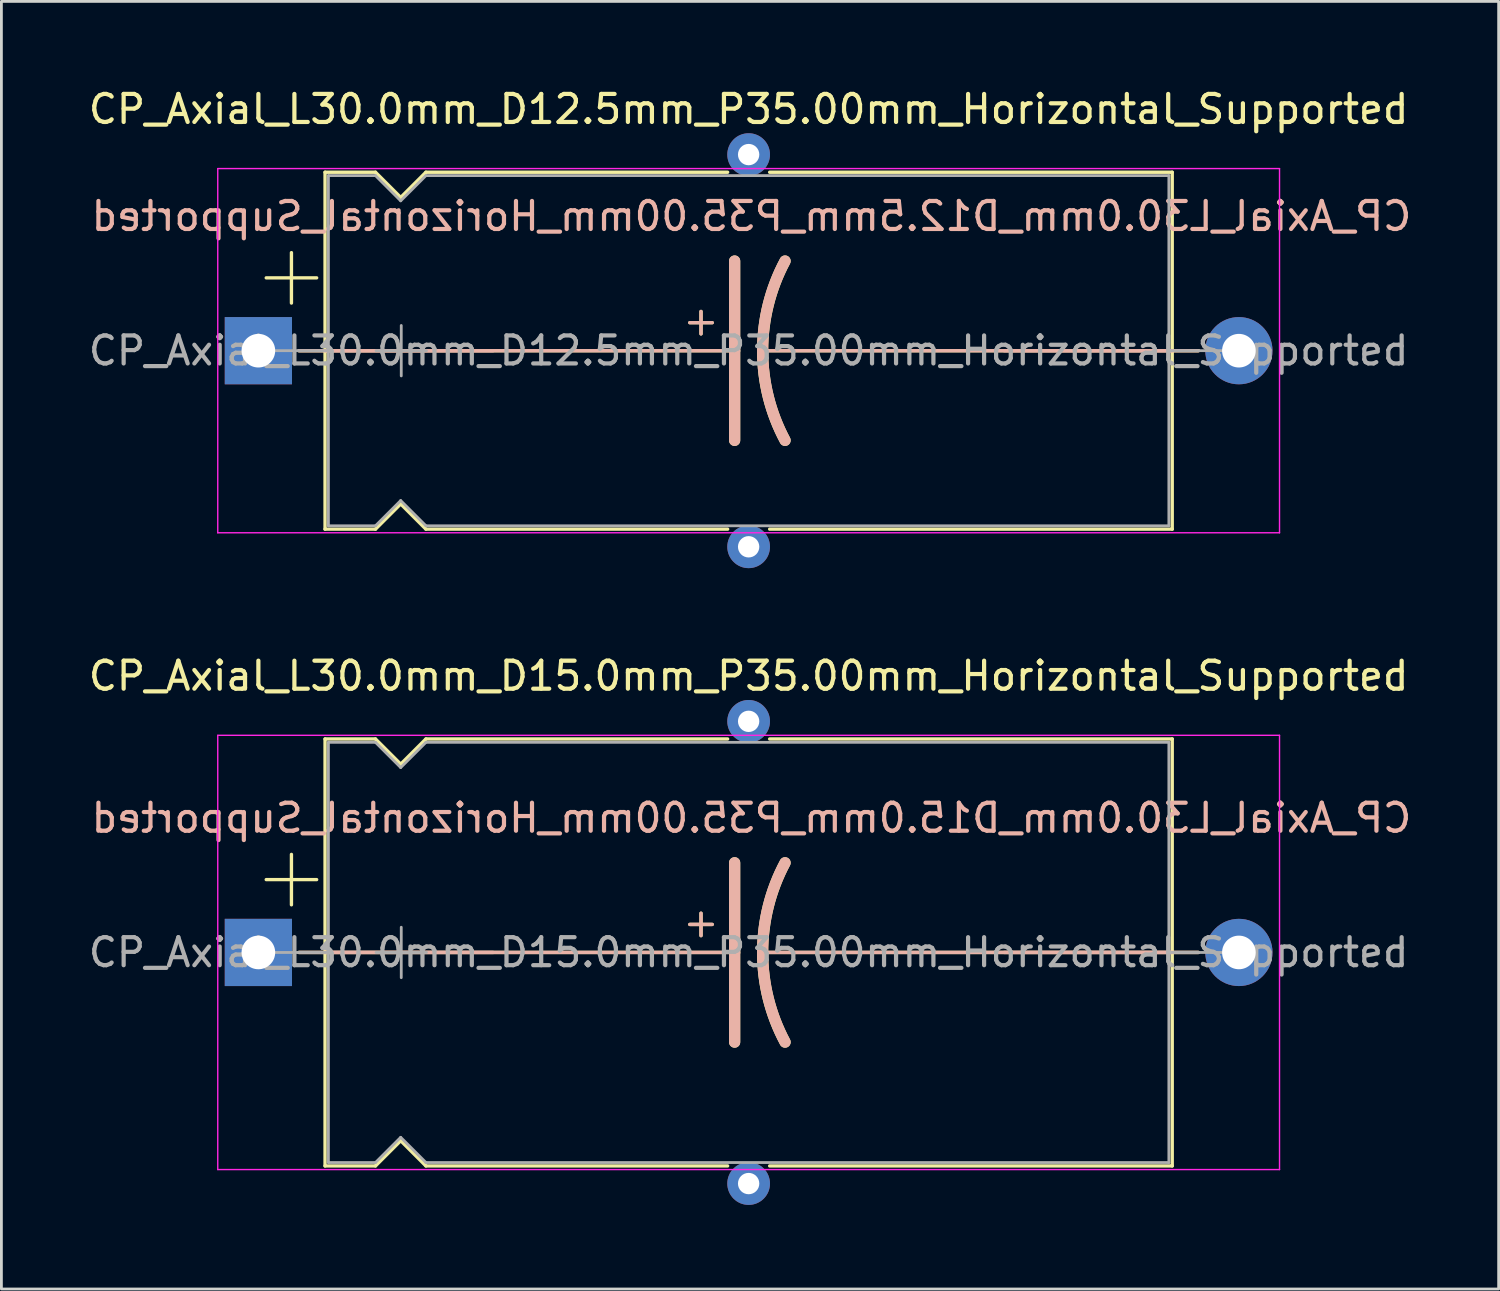
<source format=kicad_pcb>
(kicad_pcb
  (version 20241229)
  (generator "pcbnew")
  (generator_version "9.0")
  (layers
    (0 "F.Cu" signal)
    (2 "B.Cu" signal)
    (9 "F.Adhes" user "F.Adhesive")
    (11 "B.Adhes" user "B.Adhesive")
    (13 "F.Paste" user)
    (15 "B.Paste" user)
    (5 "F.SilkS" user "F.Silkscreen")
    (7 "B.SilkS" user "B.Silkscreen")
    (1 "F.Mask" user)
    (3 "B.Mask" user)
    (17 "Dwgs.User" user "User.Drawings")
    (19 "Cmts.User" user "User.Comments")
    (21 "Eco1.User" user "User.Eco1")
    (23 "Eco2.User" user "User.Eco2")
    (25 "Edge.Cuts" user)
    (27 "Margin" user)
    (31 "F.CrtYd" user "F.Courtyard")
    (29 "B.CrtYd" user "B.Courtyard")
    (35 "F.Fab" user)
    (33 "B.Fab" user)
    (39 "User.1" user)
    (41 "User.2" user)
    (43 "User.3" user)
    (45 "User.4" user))
  (footprint "CP_Axial_L30.0mm_D15.0mm_P35.00mm_Horizontal_Supported"
    (layer "F.Cu")
    (at 6.173 30.948)
    (property "Reference" "CP_Axial_L30.0mm_D15.0mm_P35.00mm_Horizontal_Supported" (at 17.5 -9.87 0) (layer "F.SilkS") (effects (font (size 1 1) (thickness 0.15))))
    (fp_line (start 0.28 -2.6) (end 2.08 -2.6) (stroke (width 0.12) (type solid)) (layer "F.SilkS"))
    (fp_line (start 1.18 -3.5) (end 1.18 -1.7) (stroke (width 0.12) (type solid)) (layer "F.SilkS"))
    (fp_line (start 1.44 0) (end 2.38 0) (stroke (width 0.12) (type solid)) (layer "F.SilkS"))
    (fp_line (start 2.38 -7.62) (end 2.38 7.62) (stroke (width 0.12) (type solid)) (layer "F.SilkS"))
    (fp_line (start 2.38 -7.62) (end 4.18 -7.62) (stroke (width 0.12) (type solid)) (layer "F.SilkS"))
    (fp_line (start 2.38 0) (end 17 0) (stroke (width 0.12) (type solid)) (layer "F.SilkS"))
    (fp_line (start 2.38 7.62) (end 4.18 7.62) (stroke (width 0.12) (type solid)) (layer "F.SilkS"))
    (fp_line (start 4.18 -7.62) (end 5.08 -6.72) (stroke (width 0.12) (type solid)) (layer "F.SilkS"))
    (fp_line (start 4.18 7.62) (end 5.08 6.72) (stroke (width 0.12) (type solid)) (layer "F.SilkS"))
    (fp_line (start 5.08 -6.72) (end 5.98 -7.62) (stroke (width 0.12) (type solid)) (layer "F.SilkS"))
    (fp_line (start 5.08 6.72) (end 5.98 7.62) (stroke (width 0.12) (type solid)) (layer "F.SilkS"))
    (fp_line (start 5.98 -7.62) (end 16.75 -7.62) (stroke (width 0.12) (type solid)) (layer "F.SilkS"))
    (fp_line (start 5.98 7.62) (end 16.75 7.62) (stroke (width 0.12) (type solid)) (layer "F.SilkS"))
    (fp_line (start 15.4 -1) (end 16.2 -1) (stroke (width 0.12) (type solid)) (layer "F.SilkS"))
    (fp_line (start 15.8 -1.4) (end 15.8 -0.6) (stroke (width 0.12) (type solid)) (layer "F.SilkS"))
    (fp_line (start 17 0) (end 17 -3.2) (stroke (width 0.4) (type solid)) (layer "F.SilkS"))
    (fp_line (start 17 0) (end 17 3.2) (stroke (width 0.4) (type solid)) (layer "F.SilkS"))
    (fp_line (start 18.25 -7.62) (end 32.62 -7.62) (stroke (width 0.12) (type solid)) (layer "F.SilkS"))
    (fp_line (start 18.25 7.62) (end 32.62 7.62) (stroke (width 0.12) (type solid)) (layer "F.SilkS"))
    (fp_line (start 32.62 -7.62) (end 32.62 7.62) (stroke (width 0.12) (type solid)) (layer "F.SilkS"))
    (fp_line (start 32.62 0) (end 18 0) (stroke (width 0.12) (type solid)) (layer "F.SilkS"))
    (fp_line (start 33.56 0) (end 32.62 0) (stroke (width 0.12) (type solid)) (layer "F.SilkS"))
    (fp_arc (start 18 0) (mid 18.203545 -1.649114) (end 18.8 -3.2) (stroke (width 0.4) (type solid)) (layer "F.SilkS"))
    (fp_arc (start 18.8 3.2) (mid 18.200704 1.649824) (end 18 0) (stroke (width 0.4) (type solid)) (layer "F.SilkS"))
    (fp_line (start 1.45 0) (end 8.38 0) (stroke (width 0.12) (type solid)) (layer "B.SilkS"))
    (fp_line (start 2.38 0) (end 17 0) (stroke (width 0.12) (type solid)) (layer "B.SilkS"))
    (fp_line (start 15.4 -1) (end 16.2 -1) (stroke (width 0.12) (type solid)) (layer "B.SilkS"))
    (fp_line (start 15.8 -0.6) (end 15.8 -1.4) (stroke (width 0.12) (type solid)) (layer "B.SilkS"))
    (fp_line (start 17 0) (end 17 -3.2) (stroke (width 0.4) (type solid)) (layer "B.SilkS"))
    (fp_line (start 17 0) (end 17 3.2) (stroke (width 0.4) (type solid)) (layer "B.SilkS"))
    (fp_line (start 32.62 0) (end 18 0) (stroke (width 0.12) (type solid)) (layer "B.SilkS"))
    (fp_line (start 33.55 0) (end 26.62 0) (stroke (width 0.12) (type solid)) (layer "B.SilkS"))
    (fp_arc (start 18 0) (mid 18.200703 -1.649824) (end 18.8 -3.2) (stroke (width 0.4) (type solid)) (layer "B.SilkS"))
    (fp_arc (start 18.8 3.2) (mid 18.203544 1.649114) (end 18 0) (stroke (width 0.4) (type solid)) (layer "B.SilkS"))
    (fp_line (start -1.45 -7.75) (end -1.45 7.75) (stroke (width 0.05) (type solid)) (layer "F.CrtYd"))
    (fp_line (start -1.45 7.75) (end 36.45 7.75) (stroke (width 0.05) (type solid)) (layer "F.CrtYd"))
    (fp_line (start 36.45 -7.75) (end -1.45 -7.75) (stroke (width 0.05) (type solid)) (layer "F.CrtYd"))
    (fp_line (start 36.45 7.75) (end 36.45 -7.75) (stroke (width 0.05) (type solid)) (layer "F.CrtYd"))
    (fp_line (start 0 0) (end 2.5 0) (stroke (width 0.1) (type solid)) (layer "F.Fab"))
    (fp_line (start 2.5 -7.5) (end 2.5 7.5) (stroke (width 0.1) (type solid)) (layer "F.Fab"))
    (fp_line (start 2.5 -7.5) (end 4.18 -7.5) (stroke (width 0.1) (type solid)) (layer "F.Fab"))
    (fp_line (start 2.5 7.5) (end 4.18 7.5) (stroke (width 0.1) (type solid)) (layer "F.Fab"))
    (fp_line (start 4.18 -7.5) (end 5.08 -6.6) (stroke (width 0.1) (type solid)) (layer "F.Fab"))
    (fp_line (start 4.18 7.5) (end 5.08 6.6) (stroke (width 0.1) (type solid)) (layer "F.Fab"))
    (fp_line (start 4.2 0) (end 6 0) (stroke (width 0.1) (type solid)) (layer "F.Fab"))
    (fp_line (start 5.08 -6.6) (end 5.98 -7.5) (stroke (width 0.1) (type solid)) (layer "F.Fab"))
    (fp_line (start 5.08 6.6) (end 5.98 7.5) (stroke (width 0.1) (type solid)) (layer "F.Fab"))
    (fp_line (start 5.1 -0.9) (end 5.1 0.9) (stroke (width 0.1) (type solid)) (layer "F.Fab"))
    (fp_line (start 5.98 -7.5) (end 32.5 -7.5) (stroke (width 0.1) (type solid)) (layer "F.Fab"))
    (fp_line (start 5.98 7.5) (end 32.5 7.5) (stroke (width 0.1) (type solid)) (layer "F.Fab"))
    (fp_line (start 32.5 -7.5) (end 32.5 7.5) (stroke (width 0.1) (type solid)) (layer "F.Fab"))
    (fp_line (start 35 0) (end 32.5 0) (stroke (width 0.1) (type solid)) (layer "F.Fab"))
    (fp_text user "${REFERENCE}" (at 17.6 -4.8 0) (layer "B.SilkS") (effects (font (size 1 1) (thickness 0.15)) (justify mirror)))
    (fp_text user "${REFERENCE}" (at 17.5 0 0) (layer "F.Fab") (effects (font (size 1 1) (thickness 0.15))))
    (pad "" thru_hole circle (at 17.5 -8.25) (size 1.524 1.524) (drill 0.762) (layers "*.Cu" "*.Mask"))
    (pad "" thru_hole circle (at 17.5 8.25) (size 1.524 1.524) (drill 0.762) (layers "*.Cu" "*.Mask"))
    (pad "1" thru_hole rect (at 0 0) (size 2.4 2.4) (drill 1.2) (layers "*.Cu" "*.Mask"))
    (pad "2" thru_hole oval (at 35 0) (size 2.4 2.4) (drill 1.2) (layers "*.Cu" "*.Mask")))
  (footprint "CP_Axial_L30.0mm_D12.5mm_P35.00mm_Horizontal_Supported"
    (layer "F.Cu")
    (at 6.173 9.468)
    (property "Reference" "CP_Axial_L30.0mm_D12.5mm_P35.00mm_Horizontal_Supported" (at 17.5 -8.62 0) (layer "F.SilkS") (effects (font (size 1 1) (thickness 0.15))))
    (fp_line (start 0.28 -2.6) (end 2.08 -2.6) (stroke (width 0.12) (type solid)) (layer "F.SilkS"))
    (fp_line (start 1.18 -3.5) (end 1.18 -1.7) (stroke (width 0.12) (type solid)) (layer "F.SilkS"))
    (fp_line (start 1.44 0) (end 2.38 0) (stroke (width 0.12) (type solid)) (layer "F.SilkS"))
    (fp_line (start 2.38 -6.37) (end 2.38 6.37) (stroke (width 0.12) (type solid)) (layer "F.SilkS"))
    (fp_line (start 2.38 -6.37) (end 4.18 -6.37) (stroke (width 0.12) (type solid)) (layer "F.SilkS"))
    (fp_line (start 2.38 0) (end 17 0) (stroke (width 0.12) (type solid)) (layer "F.SilkS"))
    (fp_line (start 2.38 6.37) (end 4.18 6.37) (stroke (width 0.12) (type solid)) (layer "F.SilkS"))
    (fp_line (start 4.18 -6.37) (end 5.08 -5.47) (stroke (width 0.12) (type solid)) (layer "F.SilkS"))
    (fp_line (start 4.18 6.37) (end 5.08 5.47) (stroke (width 0.12) (type solid)) (layer "F.SilkS"))
    (fp_line (start 5.08 -5.47) (end 5.98 -6.37) (stroke (width 0.12) (type solid)) (layer "F.SilkS"))
    (fp_line (start 5.08 5.47) (end 5.98 6.37) (stroke (width 0.12) (type solid)) (layer "F.SilkS"))
    (fp_line (start 5.98 -6.37) (end 16.75 -6.37) (stroke (width 0.12) (type solid)) (layer "F.SilkS"))
    (fp_line (start 5.98 6.37) (end 16.75 6.37) (stroke (width 0.12) (type solid)) (layer "F.SilkS"))
    (fp_line (start 15.4 -1) (end 16.2 -1) (stroke (width 0.12) (type solid)) (layer "F.SilkS"))
    (fp_line (start 15.8 -1.4) (end 15.8 -0.6) (stroke (width 0.12) (type solid)) (layer "F.SilkS"))
    (fp_line (start 17 0) (end 17 -3.2) (stroke (width 0.4) (type solid)) (layer "F.SilkS"))
    (fp_line (start 17 0) (end 17 3.2) (stroke (width 0.4) (type solid)) (layer "F.SilkS"))
    (fp_line (start 18.25 -6.37) (end 32.62 -6.37) (stroke (width 0.12) (type solid)) (layer "F.SilkS"))
    (fp_line (start 18.25 6.37) (end 32.62 6.37) (stroke (width 0.12) (type solid)) (layer "F.SilkS"))
    (fp_line (start 32.62 -6.37) (end 32.62 6.37) (stroke (width 0.12) (type solid)) (layer "F.SilkS"))
    (fp_line (start 32.62 0) (end 18 0) (stroke (width 0.12) (type solid)) (layer "F.SilkS"))
    (fp_line (start 33.56 0) (end 32.62 0) (stroke (width 0.12) (type solid)) (layer "F.SilkS"))
    (fp_arc (start 18 0) (mid 18.203545 -1.649114) (end 18.8 -3.2) (stroke (width 0.4) (type solid)) (layer "F.SilkS"))
    (fp_arc (start 18.8 3.2) (mid 18.200704 1.649824) (end 18 0) (stroke (width 0.4) (type solid)) (layer "F.SilkS"))
    (fp_line (start 1.45 0) (end 8.38 0) (stroke (width 0.12) (type solid)) (layer "B.SilkS"))
    (fp_line (start 2.38 0) (end 17 0) (stroke (width 0.12) (type solid)) (layer "B.SilkS"))
    (fp_line (start 15.4 -1) (end 16.2 -1) (stroke (width 0.12) (type solid)) (layer "B.SilkS"))
    (fp_line (start 15.8 -0.6) (end 15.8 -1.4) (stroke (width 0.12) (type solid)) (layer "B.SilkS"))
    (fp_line (start 17 0) (end 17 -3.2) (stroke (width 0.4) (type solid)) (layer "B.SilkS"))
    (fp_line (start 17 0) (end 17 3.2) (stroke (width 0.4) (type solid)) (layer "B.SilkS"))
    (fp_line (start 32.62 0) (end 18 0) (stroke (width 0.12) (type solid)) (layer "B.SilkS"))
    (fp_line (start 33.55 0) (end 26.62 0) (stroke (width 0.12) (type solid)) (layer "B.SilkS"))
    (fp_arc (start 18 0) (mid 18.200703 -1.649824) (end 18.8 -3.2) (stroke (width 0.4) (type solid)) (layer "B.SilkS"))
    (fp_arc (start 18.8 3.2) (mid 18.203544 1.649114) (end 18 0) (stroke (width 0.4) (type solid)) (layer "B.SilkS"))
    (fp_line (start -1.45 -6.5) (end -1.45 6.5) (stroke (width 0.05) (type solid)) (layer "F.CrtYd"))
    (fp_line (start -1.45 6.5) (end 36.45 6.5) (stroke (width 0.05) (type solid)) (layer "F.CrtYd"))
    (fp_line (start 36.45 -6.5) (end -1.45 -6.5) (stroke (width 0.05) (type solid)) (layer "F.CrtYd"))
    (fp_line (start 36.45 6.5) (end 36.45 -6.5) (stroke (width 0.05) (type solid)) (layer "F.CrtYd"))
    (fp_line (start 0 0) (end 2.5 0) (stroke (width 0.1) (type solid)) (layer "F.Fab"))
    (fp_line (start 2.5 -6.25) (end 2.5 6.25) (stroke (width 0.1) (type solid)) (layer "F.Fab"))
    (fp_line (start 2.5 -6.25) (end 4.18 -6.25) (stroke (width 0.1) (type solid)) (layer "F.Fab"))
    (fp_line (start 2.5 6.25) (end 4.18 6.25) (stroke (width 0.1) (type solid)) (layer "F.Fab"))
    (fp_line (start 4.18 -6.25) (end 5.08 -5.35) (stroke (width 0.1) (type solid)) (layer "F.Fab"))
    (fp_line (start 4.18 6.25) (end 5.08 5.35) (stroke (width 0.1) (type solid)) (layer "F.Fab"))
    (fp_line (start 4.2 0) (end 6 0) (stroke (width 0.1) (type solid)) (layer "F.Fab"))
    (fp_line (start 5.08 -5.35) (end 5.98 -6.25) (stroke (width 0.1) (type solid)) (layer "F.Fab"))
    (fp_line (start 5.08 5.35) (end 5.98 6.25) (stroke (width 0.1) (type solid)) (layer "F.Fab"))
    (fp_line (start 5.1 -0.9) (end 5.1 0.9) (stroke (width 0.1) (type solid)) (layer "F.Fab"))
    (fp_line (start 5.98 -6.25) (end 32.5 -6.25) (stroke (width 0.1) (type solid)) (layer "F.Fab"))
    (fp_line (start 5.98 6.25) (end 32.5 6.25) (stroke (width 0.1) (type solid)) (layer "F.Fab"))
    (fp_line (start 32.5 -6.25) (end 32.5 6.25) (stroke (width 0.1) (type solid)) (layer "F.Fab"))
    (fp_line (start 35 0) (end 32.5 0) (stroke (width 0.1) (type solid)) (layer "F.Fab"))
    (fp_text user "${REFERENCE}" (at 17.6 -4.8 0) (layer "B.SilkS") (effects (font (size 1 1) (thickness 0.15)) (justify mirror)))
    (fp_text user "${REFERENCE}" (at 17.5 0 0) (layer "F.Fab") (effects (font (size 1 1) (thickness 0.15))))
    (pad "" thru_hole circle (at 17.5 -7) (size 1.524 1.524) (drill 0.762) (layers "*.Cu" "*.Mask"))
    (pad "" thru_hole circle (at 17.5 7) (size 1.524 1.524) (drill 0.762) (layers "*.Cu" "*.Mask"))
    (pad "1" thru_hole rect (at 0 0) (size 2.4 2.4) (drill 1.2) (layers "*.Cu" "*.Mask"))
    (pad "2" thru_hole oval (at 35 0) (size 2.4 2.4) (drill 1.2) (layers "*.Cu" "*.Mask")))
  (gr_rect
    (start -3 -3)
    (end 50.445 42.961)
    (stroke (width 0.1) (type default))
    (fill no)
    (layer "Edge.Cuts")))
</source>
